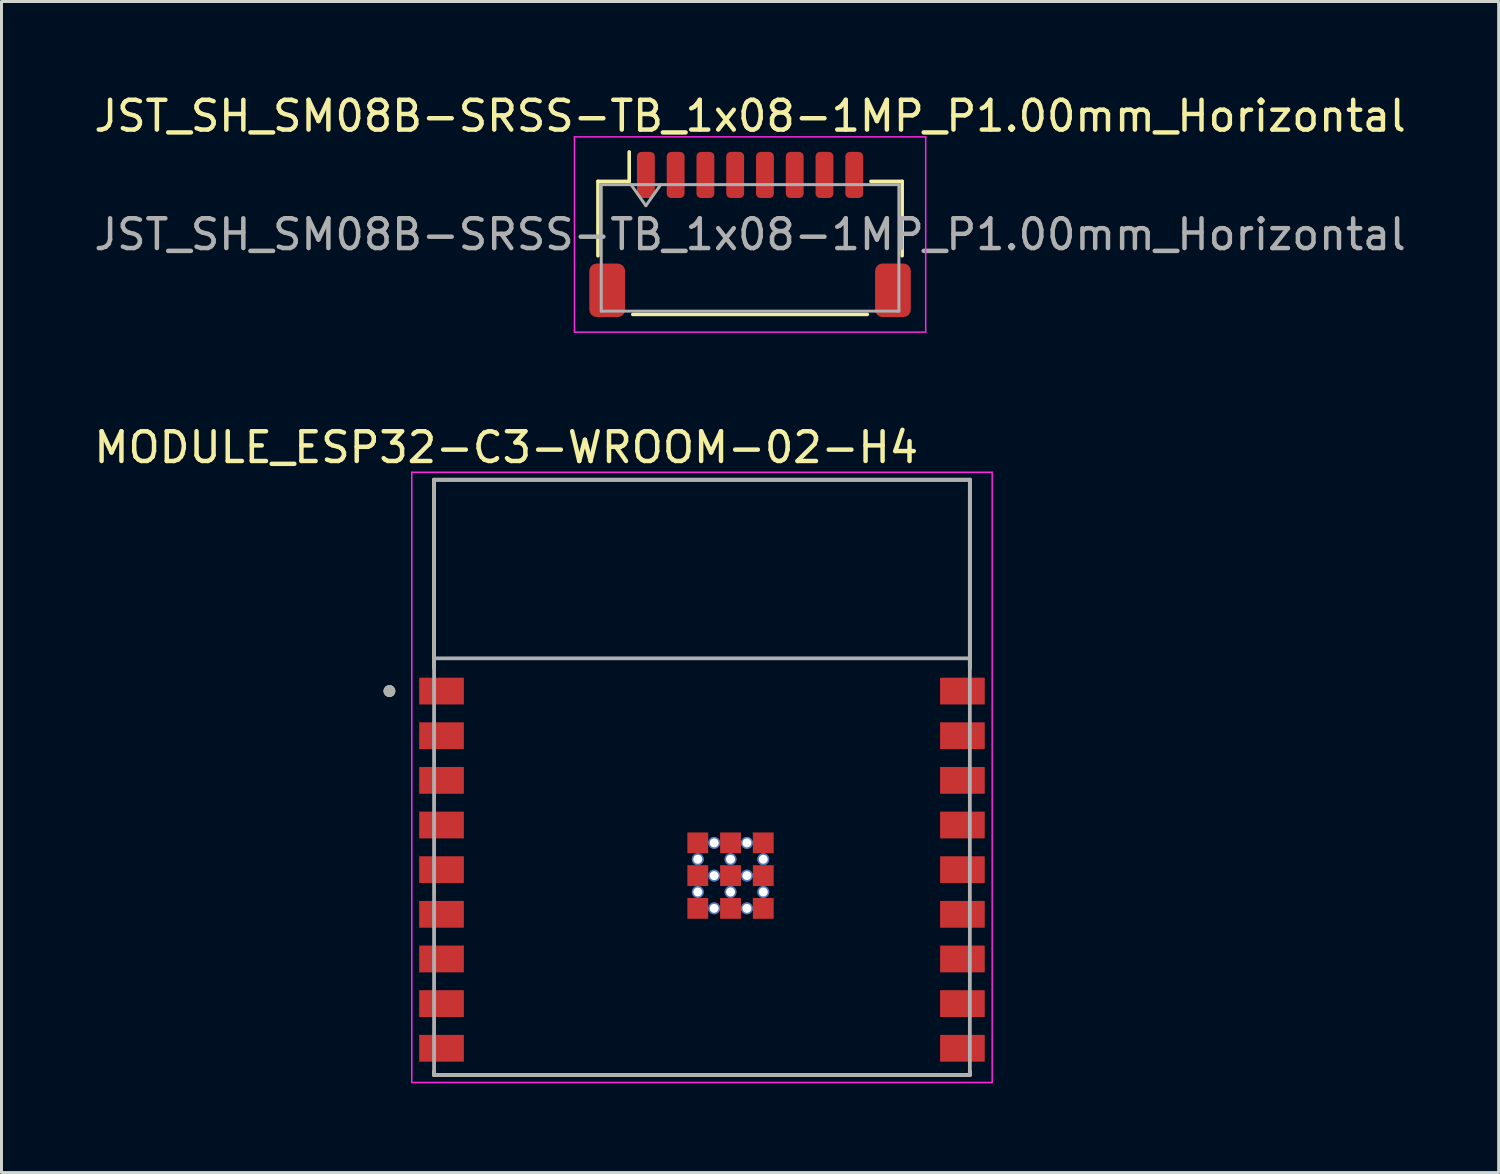
<source format=kicad_pcb>
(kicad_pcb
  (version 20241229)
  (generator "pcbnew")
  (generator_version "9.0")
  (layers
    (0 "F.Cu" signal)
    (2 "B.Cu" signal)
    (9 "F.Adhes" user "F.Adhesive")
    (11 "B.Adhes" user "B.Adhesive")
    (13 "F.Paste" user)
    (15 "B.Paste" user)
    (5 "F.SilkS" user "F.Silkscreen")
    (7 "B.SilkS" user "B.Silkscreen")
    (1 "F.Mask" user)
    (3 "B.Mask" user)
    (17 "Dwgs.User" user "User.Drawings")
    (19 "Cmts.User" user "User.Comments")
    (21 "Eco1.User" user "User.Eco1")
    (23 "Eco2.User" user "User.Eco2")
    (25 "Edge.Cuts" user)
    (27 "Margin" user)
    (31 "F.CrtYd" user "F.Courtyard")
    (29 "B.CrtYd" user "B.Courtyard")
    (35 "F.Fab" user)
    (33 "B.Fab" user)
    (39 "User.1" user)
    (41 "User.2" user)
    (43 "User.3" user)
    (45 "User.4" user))
  (footprint "MODULE_ESP32-C3-WROOM-02-H4"
    (layer "F.Cu")
    (at 20.533 23.067)
    (property "Reference" "MODULE_ESP32-C3-WROOM-02-H4" (at -6.575 -11.085 0) (layer "F.SilkS") (effects (font (size 1 1) (thickness 0.15))))
    (attr through_hole)
    (fp_line (start -9 -10) (end -9 -3.67) (stroke (width 0.127) (type solid)) (layer "F.SilkS"))
    (fp_line (start -9 10) (end -9 9.87) (stroke (width 0.127) (type solid)) (layer "F.SilkS"))
    (fp_line (start -9 10) (end 9 10) (stroke (width 0.127) (type solid)) (layer "F.SilkS"))
    (fp_line (start 9 -10) (end -9 -10) (stroke (width 0.127) (type solid)) (layer "F.SilkS"))
    (fp_line (start 9 -3.67) (end 9 -10) (stroke (width 0.127) (type solid)) (layer "F.SilkS"))
    (fp_line (start 9 10) (end 9 9.87) (stroke (width 0.127) (type solid)) (layer "F.SilkS"))
    (fp_circle (center -10.5 -2.9) (end -10.4 -2.9) (stroke (width 0.2) (type solid)) (fill no) (layer "F.SilkS"))
    (fp_line (start -9.75 -10.25) (end -9.75 10.25) (stroke (width 0.05) (type solid)) (layer "F.CrtYd"))
    (fp_line (start -9.75 10.25) (end 9.75 10.25) (stroke (width 0.05) (type solid)) (layer "F.CrtYd"))
    (fp_line (start 9.75 -10.25) (end -9.75 -10.25) (stroke (width 0.05) (type solid)) (layer "F.CrtYd"))
    (fp_line (start 9.75 10.25) (end 9.75 -10.25) (stroke (width 0.05) (type solid)) (layer "F.CrtYd"))
    (fp_line (start -9 -10) (end -9 -4) (stroke (width 0.127) (type solid)) (layer "F.Fab"))
    (fp_line (start -9 -4) (end -9 10) (stroke (width 0.127) (type solid)) (layer "F.Fab"))
    (fp_line (start -9 10) (end 9 10) (stroke (width 0.127) (type solid)) (layer "F.Fab"))
    (fp_line (start 9 -10) (end -9 -10) (stroke (width 0.127) (type solid)) (layer "F.Fab"))
    (fp_line (start 9 -4) (end -9 -4) (stroke (width 0.127) (type solid)) (layer "F.Fab"))
    (fp_line (start 9 -4) (end 9 -10) (stroke (width 0.127) (type solid)) (layer "F.Fab"))
    (fp_line (start 9 10) (end 9 -4) (stroke (width 0.127) (type solid)) (layer "F.Fab"))
    (fp_circle (center -10.5 -2.9) (end -10.4 -2.9) (stroke (width 0.2) (type solid)) (fill no) (layer "F.Fab"))
    (pad "1" smd rect (at -8.75 -2.9) (size 1.5 0.9) (layers "F.Cu" "F.Mask" "F.Paste"))
    (pad "2" smd rect (at -8.75 -1.4) (size 1.5 0.9) (layers "F.Cu" "F.Mask" "F.Paste"))
    (pad "3" smd rect (at -8.75 0.1) (size 1.5 0.9) (layers "F.Cu" "F.Mask" "F.Paste"))
    (pad "4" smd rect (at -8.75 1.6) (size 1.5 0.9) (layers "F.Cu" "F.Mask" "F.Paste"))
    (pad "5" smd rect (at -8.75 3.1) (size 1.5 0.9) (layers "F.Cu" "F.Mask" "F.Paste"))
    (pad "6" smd rect (at -8.75 4.6) (size 1.5 0.9) (layers "F.Cu" "F.Mask" "F.Paste"))
    (pad "7" smd rect (at -8.75 6.1) (size 1.5 0.9) (layers "F.Cu" "F.Mask" "F.Paste"))
    (pad "8" smd rect (at -8.75 7.6) (size 1.5 0.9) (layers "F.Cu" "F.Mask" "F.Paste"))
    (pad "9" smd rect (at -8.75 9.1) (size 1.5 0.9) (layers "F.Cu" "F.Mask" "F.Paste"))
    (pad "10" smd rect (at 8.75 9.1) (size 1.5 0.9) (layers "F.Cu" "F.Mask" "F.Paste"))
    (pad "11" smd rect (at 8.75 7.6) (size 1.5 0.9) (layers "F.Cu" "F.Mask" "F.Paste"))
    (pad "12" smd rect (at 8.75 6.1) (size 1.5 0.9) (layers "F.Cu" "F.Mask" "F.Paste"))
    (pad "13" smd rect (at 8.75 4.6) (size 1.5 0.9) (layers "F.Cu" "F.Mask" "F.Paste"))
    (pad "14" smd rect (at 8.75 3.1) (size 1.5 0.9) (layers "F.Cu" "F.Mask" "F.Paste"))
    (pad "15" smd rect (at 8.75 1.6) (size 1.5 0.9) (layers "F.Cu" "F.Mask" "F.Paste"))
    (pad "16" smd rect (at 8.75 0.1) (size 1.5 0.9) (layers "F.Cu" "F.Mask" "F.Paste"))
    (pad "17" smd rect (at 8.75 -1.4) (size 1.5 0.9) (layers "F.Cu" "F.Mask" "F.Paste"))
    (pad "18" smd rect (at 8.75 -2.9) (size 1.5 0.9) (layers "F.Cu" "F.Mask" "F.Paste"))
    (pad "19" smd rect (at -0.14 2.2) (size 0.7 0.7) (layers "F.Cu" "F.Mask" "F.Paste"))
    (pad "20" smd rect (at 0.96 2.2) (size 0.7 0.7) (layers "F.Cu" "F.Mask" "F.Paste"))
    (pad "21" smd rect (at 2.06 2.2) (size 0.7 0.7) (layers "F.Cu" "F.Mask" "F.Paste"))
    (pad "22" smd rect (at -0.14 3.3) (size 0.7 0.7) (layers "F.Cu" "F.Mask" "F.Paste"))
    (pad "23" smd rect (at 0.96 3.3) (size 0.7 0.7) (layers "F.Cu" "F.Mask" "F.Paste"))
    (pad "24" smd rect (at 2.06 3.3) (size 0.7 0.7) (layers "F.Cu" "F.Mask" "F.Paste"))
    (pad "25" smd rect (at -0.14 4.4) (size 0.7 0.7) (layers "F.Cu" "F.Mask" "F.Paste"))
    (pad "26" smd rect (at 0.96 4.4) (size 0.7 0.7) (layers "F.Cu" "F.Mask" "F.Paste"))
    (pad "27" smd rect (at 2.06 4.4) (size 0.7 0.7) (layers "F.Cu" "F.Mask" "F.Paste"))
    (pad "28" thru_hole circle (at 0.41 2.2) (size 0.4 0.4) (drill 0.3) (layers "*.Cu"))
    (pad "29" thru_hole circle (at 1.51 2.2) (size 0.4 0.4) (drill 0.3) (layers "*.Cu"))
    (pad "30" thru_hole circle (at -0.14 2.75) (size 0.4 0.4) (drill 0.3) (layers "*.Cu"))
    (pad "31" thru_hole circle (at 0.96 2.75) (size 0.4 0.4) (drill 0.3) (layers "*.Cu"))
    (pad "32" thru_hole circle (at 2.06 2.75) (size 0.4 0.4) (drill 0.3) (layers "*.Cu"))
    (pad "33" thru_hole circle (at 0.41 3.3) (size 0.4 0.4) (drill 0.3) (layers "*.Cu"))
    (pad "34" thru_hole circle (at 1.51 3.3) (size 0.4 0.4) (drill 0.3) (layers "*.Cu"))
    (pad "35" thru_hole circle (at -0.14 3.85) (size 0.4 0.4) (drill 0.3) (layers "*.Cu"))
    (pad "36" thru_hole circle (at 0.96 3.85) (size 0.4 0.4) (drill 0.3) (layers "*.Cu"))
    (pad "37" thru_hole circle (at 2.06 3.85) (size 0.4 0.4) (drill 0.3) (layers "*.Cu"))
    (pad "38" thru_hole circle (at 0.41 4.4) (size 0.4 0.4) (drill 0.3) (layers "*.Cu"))
    (pad "39" thru_hole circle (at 1.51 4.4) (size 0.4 0.4) (drill 0.3) (layers "*.Cu"))
    (zone (net_name "") (layer "F.Cu") (hatch full 0.508) (connect_pads) (min_thickness 0.01) (filled_areas_thickness no) (keepout (tracks not_allowed) (vias not_allowed) (pads not_allowed) (copperpour not_allowed) (footprints allowed)) (placement (enabled no)) (fill) (polygon (pts (xy 11.533 13.066) (xy 29.533 13.066) (xy 29.533 19.067) (xy 11.533 19.067))))
    (zone (net_name "") (layers "F.Cu" "B.Cu") (hatch full 0.508) (connect_pads) (min_thickness 0.01) (filled_areas_thickness no) (keepout (tracks allowed) (vias not_allowed) (pads allowed) (copperpour allowed) (footprints allowed)) (placement (enabled no)) (fill) (polygon (pts (xy 11.533 13.066) (xy 29.533 13.066) (xy 29.533 19.067) (xy 11.533 19.067))))
    (zone (net_name "") (layer "B.Cu") (hatch full 0.508) (connect_pads) (min_thickness 0.01) (filled_areas_thickness no) (keepout (tracks not_allowed) (vias not_allowed) (pads not_allowed) (copperpour not_allowed) (footprints allowed)) (placement (enabled no)) (fill) (polygon (pts (xy 11.533 13.066) (xy 29.533 13.066) (xy 29.533 19.067) (xy 11.533 19.067)))))
  (footprint "JST_SH_SM08B-SRSS-TB_1x08-1MP_P1.00mm_Horizontal"
    (layer "F.Cu")
    (at 22.149 4.828)
    (property "Reference" "JST_SH_SM08B-SRSS-TB_1x08-1MP_P1.00mm_Horizontal" (at 0 -3.98 0) (layer "F.SilkS") (effects (font (size 1 1) (thickness 0.15))))
    (attr smd)
    (fp_line (start -5.11 -1.785) (end -4.06 -1.785) (stroke (width 0.12) (type solid)) (layer "F.SilkS"))
    (fp_line (start -5.11 0.715) (end -5.11 -1.785) (stroke (width 0.12) (type solid)) (layer "F.SilkS"))
    (fp_line (start -4.06 -1.785) (end -4.06 -2.775) (stroke (width 0.12) (type solid)) (layer "F.SilkS"))
    (fp_line (start -3.94 2.685) (end 3.94 2.685) (stroke (width 0.12) (type solid)) (layer "F.SilkS"))
    (fp_line (start 5.11 -1.785) (end 4.06 -1.785) (stroke (width 0.12) (type solid)) (layer "F.SilkS"))
    (fp_line (start 5.11 0.715) (end 5.11 -1.785) (stroke (width 0.12) (type solid)) (layer "F.SilkS"))
    (fp_line (start -5.9 -3.28) (end -5.9 3.28) (stroke (width 0.05) (type solid)) (layer "F.CrtYd"))
    (fp_line (start -5.9 3.28) (end 5.9 3.28) (stroke (width 0.05) (type solid)) (layer "F.CrtYd"))
    (fp_line (start 5.9 -3.28) (end -5.9 -3.28) (stroke (width 0.05) (type solid)) (layer "F.CrtYd"))
    (fp_line (start 5.9 3.28) (end 5.9 -3.28) (stroke (width 0.05) (type solid)) (layer "F.CrtYd"))
    (fp_line (start -5 -1.675) (end -5 2.575) (stroke (width 0.1) (type solid)) (layer "F.Fab"))
    (fp_line (start -5 -1.675) (end 5 -1.675) (stroke (width 0.1) (type solid)) (layer "F.Fab"))
    (fp_line (start -5 2.575) (end 5 2.575) (stroke (width 0.1) (type solid)) (layer "F.Fab"))
    (fp_line (start -4 -1.675) (end -3.5 -0.968) (stroke (width 0.1) (type solid)) (layer "F.Fab"))
    (fp_line (start -3.5 -0.968) (end -3 -1.675) (stroke (width 0.1) (type solid)) (layer "F.Fab"))
    (fp_line (start 5 -1.675) (end 5 2.575) (stroke (width 0.1) (type solid)) (layer "F.Fab"))
    (fp_text user "${REFERENCE}" (at 0 0 0) (layer "F.Fab") (effects (font (size 1 1) (thickness 0.15))))
    (pad "1" smd roundrect (at -3.5 -2) (size 0.6 1.55) (layers "F.Cu" "F.Mask" "F.Paste") (roundrect_rratio 0.25))
    (pad "2" smd roundrect (at -2.5 -2) (size 0.6 1.55) (layers "F.Cu" "F.Mask" "F.Paste") (roundrect_rratio 0.25))
    (pad "3" smd roundrect (at -1.5 -2) (size 0.6 1.55) (layers "F.Cu" "F.Mask" "F.Paste") (roundrect_rratio 0.25))
    (pad "4" smd roundrect (at -0.5 -2) (size 0.6 1.55) (layers "F.Cu" "F.Mask" "F.Paste") (roundrect_rratio 0.25))
    (pad "5" smd roundrect (at 0.5 -2) (size 0.6 1.55) (layers "F.Cu" "F.Mask" "F.Paste") (roundrect_rratio 0.25))
    (pad "6" smd roundrect (at 1.5 -2) (size 0.6 1.55) (layers "F.Cu" "F.Mask" "F.Paste") (roundrect_rratio 0.25))
    (pad "7" smd roundrect (at 2.5 -2) (size 0.6 1.55) (layers "F.Cu" "F.Mask" "F.Paste") (roundrect_rratio 0.25))
    (pad "8" smd roundrect (at 3.5 -2) (size 0.6 1.55) (layers "F.Cu" "F.Mask" "F.Paste") (roundrect_rratio 0.25))
    (pad "MP" smd roundrect (at -4.8 1.875) (size 1.2 1.8) (layers "F.Cu" "F.Mask" "F.Paste") (roundrect_rratio 0.208))
    (pad "MP" smd roundrect (at 4.8 1.875) (size 1.2 1.8) (layers "F.Cu" "F.Mask" "F.Paste") (roundrect_rratio 0.208)))
  (gr_rect
    (start -3 -3)
    (end 47.298 36.342)
    (stroke (width 0.1) (type default))
    (fill no)
    (layer "Edge.Cuts")))
</source>
